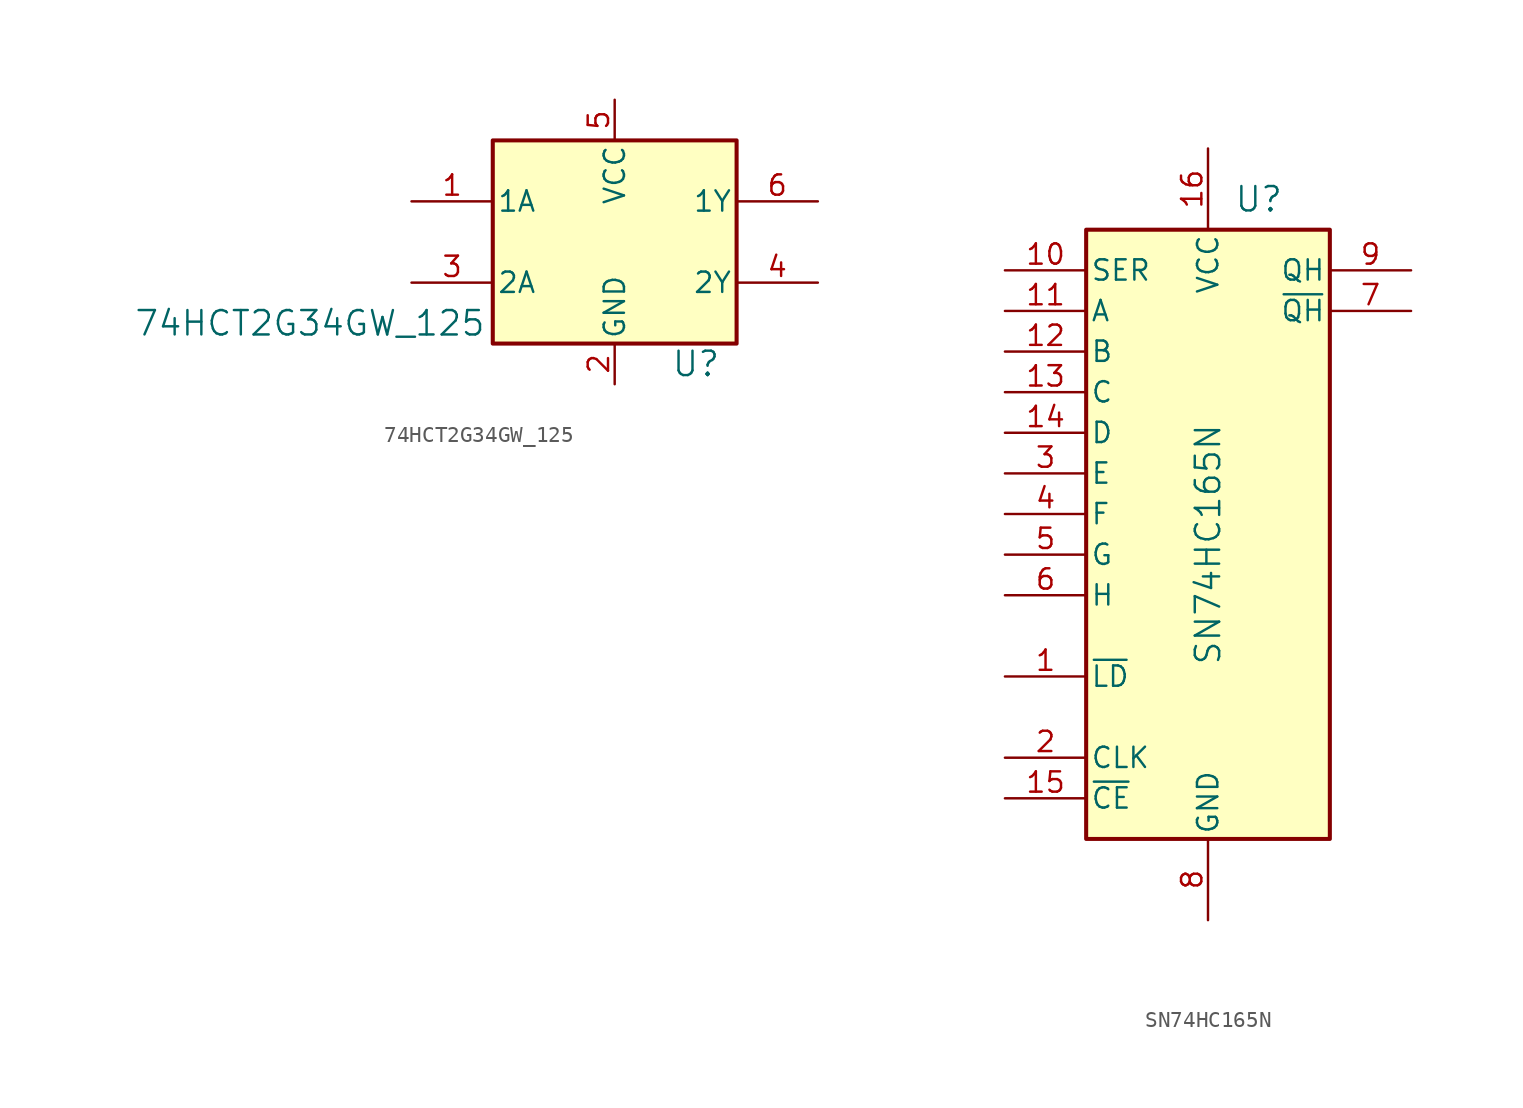
<source format=kicad_sym>
(kicad_symbol_lib
  (version 20220914)
  (generator kicad_symbol_editor)
  (symbol "74HCT2G34GW_125"
    (pin_names
      (offset 0.254))
    (property "Reference" "U"
      (at 5.08 -7.62 0)
      (effects (font (size 1.524 1.524))))
    (property "Value" "74HCT2G34GW_125"
      (at -19.05 -5.08 0)
      (effects (font (size 1.524 1.524))))
    (symbol "74HCT2G34GW_125_1_1"
      (rectangle (start -7.62 6.35) (end 7.62 -6.35) (stroke (width 0.254) (type default)) (fill (type background)))
      (pin input line (at -12.7 2.54 0) (length 5.08) (name "1A" (effects (font (size 1.27 1.27)))) (number "1" (effects (font (size 1.27 1.27)))))
      (pin power_out line (at 0 -8.89 90) (length 2.54) (name "GND" (effects (font (size 1.27 1.27)))) (number "2" (effects (font (size 1.27 1.27)))))
      (pin input line (at -12.7 -2.54 0) (length 5.08) (name "2A" (effects (font (size 1.27 1.27)))) (number "3" (effects (font (size 1.27 1.27)))))
      (pin output line (at 12.7 -2.54 180) (length 5.08) (name "2Y" (effects (font (size 1.27 1.27)))) (number "4" (effects (font (size 1.27 1.27)))))
      (pin power_in line (at 0 8.89 270) (length 2.54) (name "VCC" (effects (font (size 1.27 1.27)))) (number "5" (effects (font (size 1.27 1.27)))))
      (pin output line (at 12.7 2.54 180) (length 5.08) (name "1Y" (effects (font (size 1.27 1.27)))) (number "6" (effects (font (size 1.27 1.27)))))))
  (symbol "SN74HC165N"
    (pin_names
      (offset 0.254))
    (property "Reference" "U"
      (at 3.175 19.685 0)
      (effects (font (size 1.524 1.524))))
    (property "Value" "SN74HC165N"
      (at 0 -1.905 90)
      (effects (font (size 1.524 1.524))))
    (symbol "SN74HC165N_1_0"
      (pin input line (at -12.7 -10.16 0) (length 5.08) (name "~{LD}" (effects (font (size 1.27 1.27)))) (number "1" (effects (font (size 1.27 1.27)))))
      (pin input line (at -12.7 15.24 0) (length 5.08) (name "SER" (effects (font (size 1.27 1.27)))) (number "10" (effects (font (size 1.27 1.27)))))
      (pin input line (at -12.7 12.7 0) (length 5.08) (name "A" (effects (font (size 1.27 1.27)))) (number "11" (effects (font (size 1.27 1.27)))))
      (pin input line (at -12.7 10.16 0) (length 5.08) (name "B" (effects (font (size 1.27 1.27)))) (number "12" (effects (font (size 1.27 1.27)))))
      (pin input line (at -12.7 7.62 0) (length 5.08) (name "C" (effects (font (size 1.27 1.27)))) (number "13" (effects (font (size 1.27 1.27)))))
      (pin input line (at -12.7 5.08 0) (length 5.08) (name "D" (effects (font (size 1.27 1.27)))) (number "14" (effects (font (size 1.27 1.27)))))
      (pin input line (at -12.7 -17.78 0) (length 5.08) (name "~{CE}" (effects (font (size 1.27 1.27)))) (number "15" (effects (font (size 1.27 1.27)))))
      (pin power_in line (at 0 22.86 270) (length 5.08) (name "VCC" (effects (font (size 1.27 1.27)))) (number "16" (effects (font (size 1.27 1.27)))))
      (pin input line (at -12.7 -15.24 0) (length 5.08) (name "CLK" (effects (font (size 1.27 1.27)))) (number "2" (effects (font (size 1.27 1.27)))))
      (pin input line (at -12.7 2.54 0) (length 5.08) (name "E" (effects (font (size 1.27 1.27)))) (number "3" (effects (font (size 1.27 1.27)))))
      (pin input line (at -12.7 0 0) (length 5.08) (name "F" (effects (font (size 1.27 1.27)))) (number "4" (effects (font (size 1.27 1.27)))))
      (pin input line (at -12.7 -2.54 0) (length 5.08) (name "G" (effects (font (size 1.27 1.27)))) (number "5" (effects (font (size 1.27 1.27)))))
      (pin input line (at -12.7 -5.08 0) (length 5.08) (name "H" (effects (font (size 1.27 1.27)))) (number "6" (effects (font (size 1.27 1.27)))))
      (pin output line (at 12.7 12.7 180) (length 5.08) (name "~{QH}" (effects (font (size 1.27 1.27)))) (number "7" (effects (font (size 1.27 1.27)))))
      (pin power_in line (at 0 -25.4 90) (length 5.08) (name "GND" (effects (font (size 1.27 1.27)))) (number "8" (effects (font (size 1.27 1.27)))))
      (pin output line (at 12.7 15.24 180) (length 5.08) (name "QH" (effects (font (size 1.27 1.27)))) (number "9" (effects (font (size 1.27 1.27))))))
    (symbol "SN74HC165N_1_1"
      (rectangle (start -7.62 17.78) (end 7.62 -20.32) (stroke (width 0.254) (type default)) (fill (type background))))))
</source>
